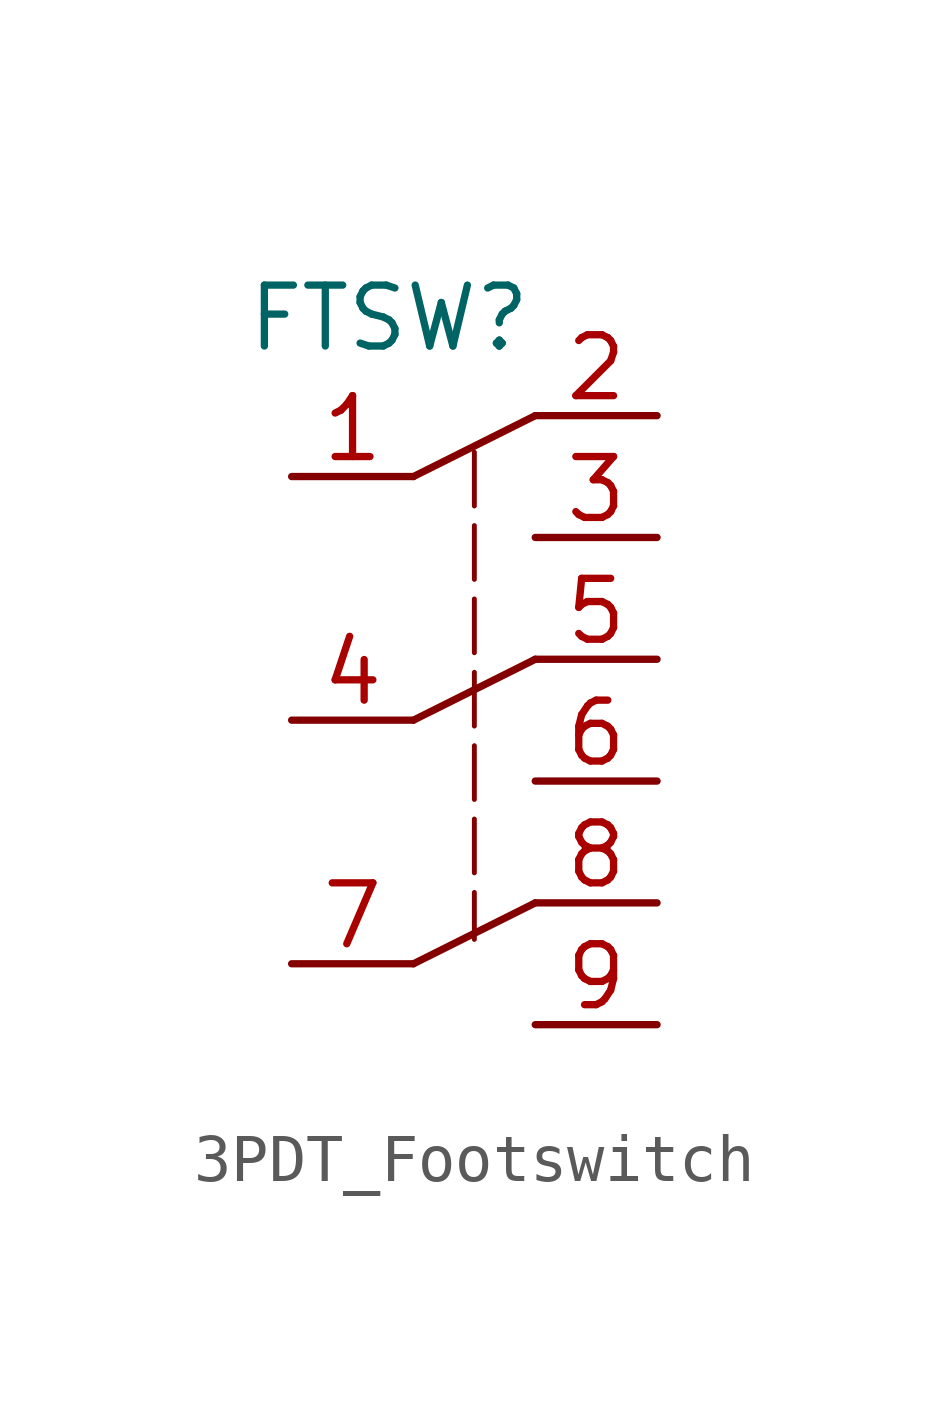
<source format=kicad_sym>
(kicad_symbol_lib
  (version 20231120)
  (generator "kicad_symbol_editor")
  (generator_version "8.0")
  (symbol "3PDT_Footswitch"
    (property "Reference" "FTSW"
      (at -1.778 2.032 0)
      (effects (font (size 1.27 1.27))))
    (property "Value" ""
      (at 0 0 0)
      (effects (font (size 1.27 1.27))))
    (symbol "3PDT_Footswitch_0_1"
      (polyline (pts (xy -1.27 -11.43) (xy 1.27 -10.16)) (stroke (width 0) (type default)) (fill (type none)))
      (polyline (pts (xy -1.27 -6.35) (xy 1.27 -5.08)) (stroke (width 0) (type default)) (fill (type none)))
      (polyline (pts (xy -1.27 -1.27) (xy 1.27 0)) (stroke (width 0) (type default)) (fill (type none))))
    (symbol "3PDT_Footswitch_1_1"
      (polyline (pts (xy 0 -0.762) (xy 0 -10.922)) (stroke (width 0.102) (type dash)) (fill (type none)))
      (pin input line (at -3.81 -1.27 0) (length 2.54) (name "" (effects (font (size 1.27 1.27)))) (number "1" (effects (font (size 1.27 1.27)))))
      (pin output line (at 3.81 0 180) (length 2.54) (name "" (effects (font (size 1.27 1.27)))) (number "2" (effects (font (size 1.27 1.27)))))
      (pin output line (at 3.81 -2.54 180) (length 2.54) (name "" (effects (font (size 1.27 1.27)))) (number "3" (effects (font (size 1.27 1.27)))))
      (pin input line (at -3.81 -6.35 0) (length 2.54) (name "" (effects (font (size 1.27 1.27)))) (number "4" (effects (font (size 1.27 1.27)))))
      (pin output line (at 3.81 -5.08 180) (length 2.54) (name "" (effects (font (size 1.27 1.27)))) (number "5" (effects (font (size 1.27 1.27)))))
      (pin output line (at 3.81 -7.62 180) (length 2.54) (name "" (effects (font (size 1.27 1.27)))) (number "6" (effects (font (size 1.27 1.27)))))
      (pin input line (at -3.81 -11.43 0) (length 2.54) (name "" (effects (font (size 1.27 1.27)))) (number "7" (effects (font (size 1.27 1.27)))))
      (pin output line (at 3.81 -10.16 180) (length 2.54) (name "" (effects (font (size 1.27 1.27)))) (number "8" (effects (font (size 1.27 1.27)))))
      (pin output line (at 3.81 -12.7 180) (length 2.54) (name "" (effects (font (size 1.27 1.27)))) (number "9" (effects (font (size 1.27 1.27))))))))
</source>
